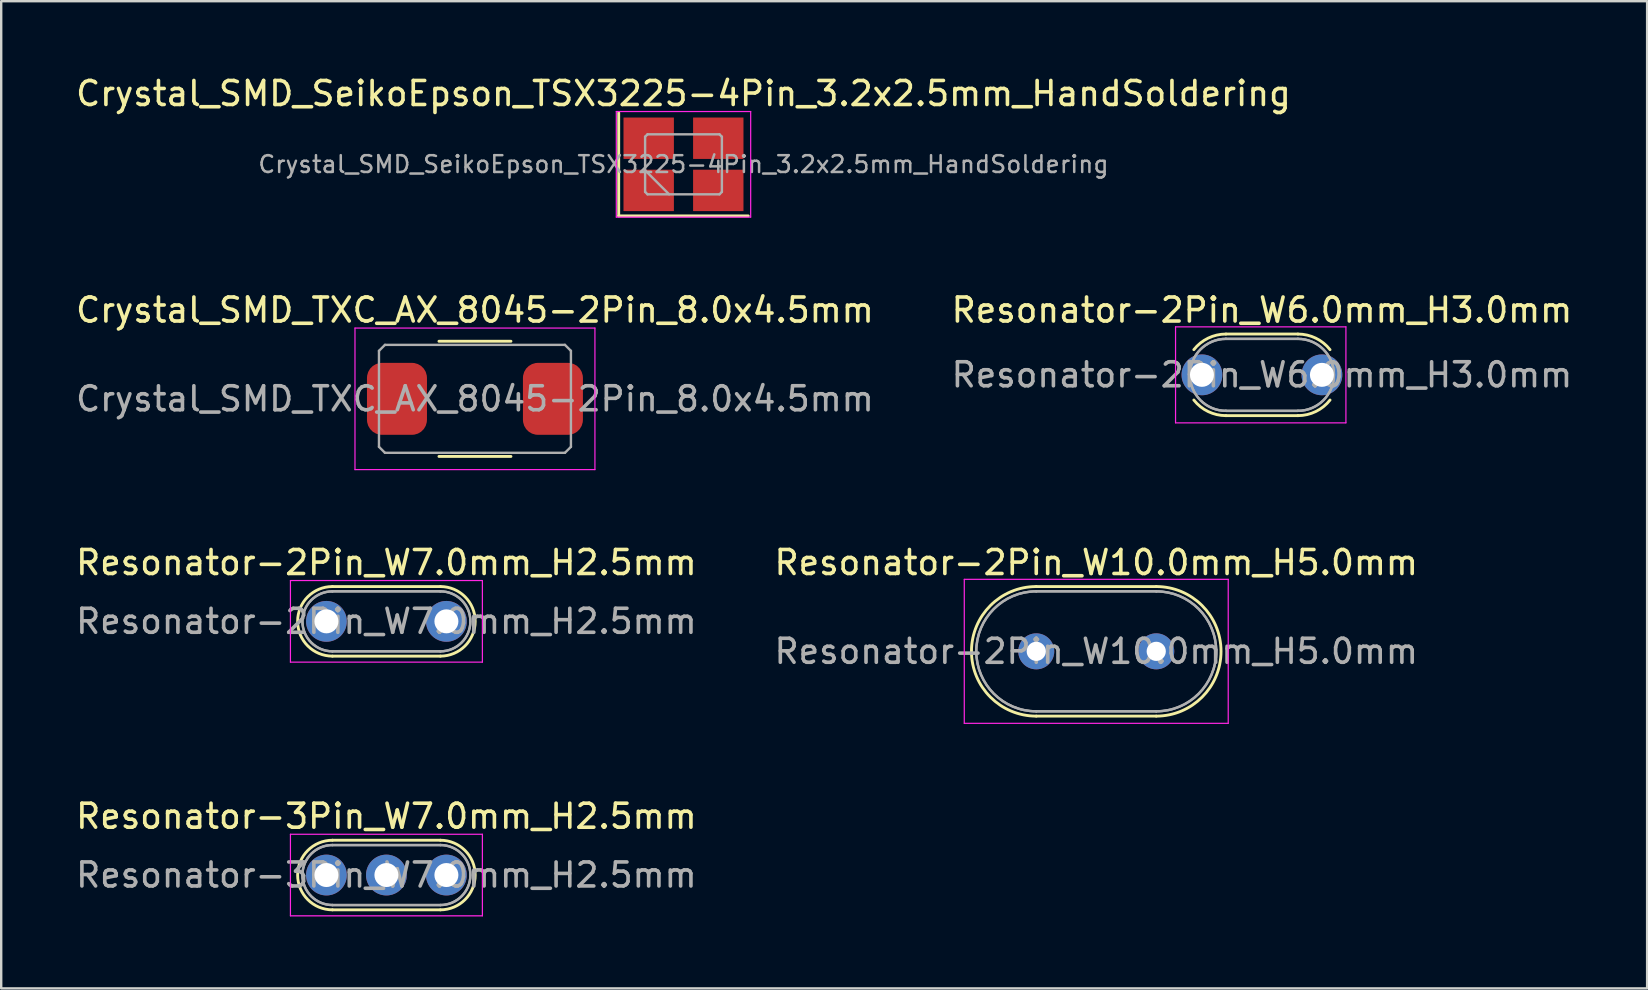
<source format=kicad_pcb>
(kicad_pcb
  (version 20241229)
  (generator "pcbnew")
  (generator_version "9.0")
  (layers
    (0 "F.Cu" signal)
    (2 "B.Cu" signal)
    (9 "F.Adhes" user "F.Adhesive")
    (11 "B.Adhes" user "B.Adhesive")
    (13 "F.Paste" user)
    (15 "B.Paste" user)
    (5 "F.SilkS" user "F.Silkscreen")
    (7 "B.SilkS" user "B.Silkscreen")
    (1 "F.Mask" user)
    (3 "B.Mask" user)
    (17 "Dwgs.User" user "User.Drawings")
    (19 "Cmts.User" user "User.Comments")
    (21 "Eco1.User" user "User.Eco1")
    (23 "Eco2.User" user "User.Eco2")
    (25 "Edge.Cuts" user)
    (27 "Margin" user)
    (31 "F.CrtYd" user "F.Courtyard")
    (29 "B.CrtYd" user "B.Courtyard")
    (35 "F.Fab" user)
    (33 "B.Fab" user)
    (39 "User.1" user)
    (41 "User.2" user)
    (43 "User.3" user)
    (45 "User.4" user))
  (footprint "Resonator-3Pin_W7.0mm_H2.5mm"
    (layer "F.Cu")
    (at 10.554 33.418)
    (property "Reference" "Resonator-3Pin_W7.0mm_H2.5mm" (at 2.5 -2.45 0) (layer "F.SilkS") (effects (font (size 1 1) (thickness 0.15))))
    (attr through_hole)
    (fp_line (start 0.25 -1.45) (end 4.75 -1.45) (stroke (width 0.12) (type solid)) (layer "F.SilkS"))
    (fp_line (start 0.25 1.45) (end 4.75 1.45) (stroke (width 0.12) (type solid)) (layer "F.SilkS"))
    (fp_arc (start 0.25 1.45) (mid -1.2 0) (end 0.25 -1.45) (stroke (width 0.12) (type solid)) (layer "F.SilkS"))
    (fp_arc (start 4.75 -1.45) (mid 6.2 0) (end 4.75 1.45) (stroke (width 0.12) (type solid)) (layer "F.SilkS"))
    (fp_line (start -1.5 -1.7) (end -1.5 1.7) (stroke (width 0.05) (type solid)) (layer "F.CrtYd"))
    (fp_line (start -1.5 1.7) (end 6.5 1.7) (stroke (width 0.05) (type solid)) (layer "F.CrtYd"))
    (fp_line (start 6.5 -1.7) (end -1.5 -1.7) (stroke (width 0.05) (type solid)) (layer "F.CrtYd"))
    (fp_line (start 6.5 1.7) (end 6.5 -1.7) (stroke (width 0.05) (type solid)) (layer "F.CrtYd"))
    (fp_line (start 0.25 -1.25) (end 4.75 -1.25) (stroke (width 0.1) (type solid)) (layer "F.Fab"))
    (fp_line (start 0.25 -1.25) (end 4.75 -1.25) (stroke (width 0.1) (type solid)) (layer "F.Fab"))
    (fp_line (start 0.25 1.25) (end 4.75 1.25) (stroke (width 0.1) (type solid)) (layer "F.Fab"))
    (fp_line (start 0.25 1.25) (end 4.75 1.25) (stroke (width 0.1) (type solid)) (layer "F.Fab"))
    (fp_arc (start 0.25 1.25) (mid -1 0) (end 0.25 -1.25) (stroke (width 0.1) (type solid)) (layer "F.Fab"))
    (fp_arc (start 0.25 1.25) (mid -1 0) (end 0.25 -1.25) (stroke (width 0.1) (type solid)) (layer "F.Fab"))
    (fp_arc (start 4.75 -1.25) (mid 6 0) (end 4.75 1.25) (stroke (width 0.1) (type solid)) (layer "F.Fab"))
    (fp_arc (start 4.75 -1.25) (mid 6 0) (end 4.75 1.25) (stroke (width 0.1) (type solid)) (layer "F.Fab"))
    (fp_text user "${REFERENCE}" (at 2.5 0 0) (layer "F.Fab") (effects (font (size 1 1) (thickness 0.15))))
    (pad "1" thru_hole circle (at 0 0) (size 1.7 1.7) (drill 1) (layers "*.Cu" "*.Mask"))
    (pad "2" thru_hole circle (at 2.5 0) (size 1.7 1.7) (drill 1) (layers "*.Cu" "*.Mask"))
    (pad "3" thru_hole circle (at 5 0) (size 1.7 1.7) (drill 1) (layers "*.Cu" "*.Mask")))
  (footprint "Crystal_SMD_TXC_AX_8045-2Pin_8.0x4.5mm"
    (layer "F.Cu")
    (at 16.744 13.572)
    (property "Reference" "Crystal_SMD_TXC_AX_8045-2Pin_8.0x4.5mm" (at 0 -3.7 0) (layer "F.SilkS") (effects (font (size 1 1) (thickness 0.15))))
    (attr smd)
    (fp_line (start -1.5 2.4) (end 1.5 2.4) (stroke (width 0.12) (type solid)) (layer "F.SilkS"))
    (fp_line (start 1.5 -2.4) (end -1.5 -2.4) (stroke (width 0.12) (type solid)) (layer "F.SilkS"))
    (fp_line (start -5 -2.95) (end -5 2.95) (stroke (width 0.05) (type solid)) (layer "F.CrtYd"))
    (fp_line (start -5 2.95) (end 5 2.95) (stroke (width 0.05) (type solid)) (layer "F.CrtYd"))
    (fp_line (start 5 -2.95) (end -5 -2.95) (stroke (width 0.05) (type solid)) (layer "F.CrtYd"))
    (fp_line (start 5 2.95) (end 5 -2.95) (stroke (width 0.05) (type solid)) (layer "F.CrtYd"))
    (fp_line (start -4 -2) (end -3.75 -2.25) (stroke (width 0.1) (type solid)) (layer "F.Fab"))
    (fp_line (start -4 2) (end -4 -2) (stroke (width 0.1) (type solid)) (layer "F.Fab"))
    (fp_line (start -3.75 -2.25) (end 3.75 -2.25) (stroke (width 0.1) (type solid)) (layer "F.Fab"))
    (fp_line (start -3.75 2.25) (end -4 2) (stroke (width 0.1) (type solid)) (layer "F.Fab"))
    (fp_line (start 3.75 -2.25) (end 4 -2) (stroke (width 0.1) (type solid)) (layer "F.Fab"))
    (fp_line (start 3.75 2.25) (end -3.75 2.25) (stroke (width 0.1) (type solid)) (layer "F.Fab"))
    (fp_line (start 3.75 2.25) (end 4 2) (stroke (width 0.1) (type solid)) (layer "F.Fab"))
    (fp_line (start 4 -2) (end 4 2) (stroke (width 0.1) (type solid)) (layer "F.Fab"))
    (fp_text user "${REFERENCE}" (at 0 0 0) (layer "F.Fab") (effects (font (size 1 1) (thickness 0.15))))
    (pad "1" smd roundrect (at -3.25 0) (size 2.5 3) (layers "F.Cu" "F.Mask" "F.Paste") (roundrect_rratio 0.25))
    (pad "2" smd roundrect (at 3.25 0) (size 2.5 3) (layers "F.Cu" "F.Mask" "F.Paste") (roundrect_rratio 0.25)))
  (footprint "Resonator-2Pin_W7.0mm_H2.5mm"
    (layer "F.Cu")
    (at 10.554 22.845)
    (property "Reference" "Resonator-2Pin_W7.0mm_H2.5mm" (at 2.5 -2.45 0) (layer "F.SilkS") (effects (font (size 1 1) (thickness 0.15))))
    (attr through_hole)
    (fp_line (start 0.25 -1.45) (end 4.75 -1.45) (stroke (width 0.12) (type solid)) (layer "F.SilkS"))
    (fp_line (start 0.25 1.45) (end 4.75 1.45) (stroke (width 0.12) (type solid)) (layer "F.SilkS"))
    (fp_arc (start 0.25 1.45) (mid -1.2 0) (end 0.25 -1.45) (stroke (width 0.12) (type solid)) (layer "F.SilkS"))
    (fp_arc (start 4.75 -1.45) (mid 6.2 0) (end 4.75 1.45) (stroke (width 0.12) (type solid)) (layer "F.SilkS"))
    (fp_line (start -1.5 -1.7) (end -1.5 1.7) (stroke (width 0.05) (type solid)) (layer "F.CrtYd"))
    (fp_line (start -1.5 1.7) (end 6.5 1.7) (stroke (width 0.05) (type solid)) (layer "F.CrtYd"))
    (fp_line (start 6.5 -1.7) (end -1.5 -1.7) (stroke (width 0.05) (type solid)) (layer "F.CrtYd"))
    (fp_line (start 6.5 1.7) (end 6.5 -1.7) (stroke (width 0.05) (type solid)) (layer "F.CrtYd"))
    (fp_line (start 0.25 -1.25) (end 4.75 -1.25) (stroke (width 0.1) (type solid)) (layer "F.Fab"))
    (fp_line (start 0.25 -1.25) (end 4.75 -1.25) (stroke (width 0.1) (type solid)) (layer "F.Fab"))
    (fp_line (start 0.25 1.25) (end 4.75 1.25) (stroke (width 0.1) (type solid)) (layer "F.Fab"))
    (fp_line (start 0.25 1.25) (end 4.75 1.25) (stroke (width 0.1) (type solid)) (layer "F.Fab"))
    (fp_arc (start 0.25 1.25) (mid -1 0) (end 0.25 -1.25) (stroke (width 0.1) (type solid)) (layer "F.Fab"))
    (fp_arc (start 0.25 1.25) (mid -1 0) (end 0.25 -1.25) (stroke (width 0.1) (type solid)) (layer "F.Fab"))
    (fp_arc (start 4.75 -1.25) (mid 6 0) (end 4.75 1.25) (stroke (width 0.1) (type solid)) (layer "F.Fab"))
    (fp_arc (start 4.75 -1.25) (mid 6 0) (end 4.75 1.25) (stroke (width 0.1) (type solid)) (layer "F.Fab"))
    (fp_text user "${REFERENCE}" (at 2.5 0 0) (layer "F.Fab") (effects (font (size 1 1) (thickness 0.15))))
    (pad "1" thru_hole circle (at 0 0) (size 1.7 1.7) (drill 1) (layers "*.Cu" "*.Mask"))
    (pad "2" thru_hole circle (at 5 0) (size 1.7 1.7) (drill 1) (layers "*.Cu" "*.Mask")))
  (footprint "Crystal_SMD_SeikoEpson_TSX3225-4Pin_3.2x2.5mm_HandSoldering"
    (layer "F.Cu")
    (at 25.435 3.798)
    (property "Reference" "Crystal_SMD_SeikoEpson_TSX3225-4Pin_3.2x2.5mm_HandSoldering" (at 0 -2.95 0) (layer "F.SilkS") (effects (font (size 1 1) (thickness 0.15))))
    (attr smd)
    (fp_line (start -2.7 -2.15) (end -2.7 2.15) (stroke (width 0.12) (type solid)) (layer "F.SilkS"))
    (fp_line (start -2.7 2.15) (end 2.7 2.15) (stroke (width 0.12) (type solid)) (layer "F.SilkS"))
    (fp_line (start -2.8 -2.2) (end -2.8 2.2) (stroke (width 0.05) (type solid)) (layer "F.CrtYd"))
    (fp_line (start -2.8 2.2) (end 2.8 2.2) (stroke (width 0.05) (type solid)) (layer "F.CrtYd"))
    (fp_line (start 2.8 -2.2) (end -2.8 -2.2) (stroke (width 0.05) (type solid)) (layer "F.CrtYd"))
    (fp_line (start 2.8 2.2) (end 2.8 -2.2) (stroke (width 0.05) (type solid)) (layer "F.CrtYd"))
    (fp_line (start -1.6 -1.15) (end -1.5 -1.25) (stroke (width 0.1) (type solid)) (layer "F.Fab"))
    (fp_line (start -1.6 0.25) (end -0.6 1.25) (stroke (width 0.1) (type solid)) (layer "F.Fab"))
    (fp_line (start -1.6 1.15) (end -1.6 -1.15) (stroke (width 0.1) (type solid)) (layer "F.Fab"))
    (fp_line (start -1.5 -1.25) (end 1.5 -1.25) (stroke (width 0.1) (type solid)) (layer "F.Fab"))
    (fp_line (start -1.5 1.25) (end -1.6 1.15) (stroke (width 0.1) (type solid)) (layer "F.Fab"))
    (fp_line (start 1.5 -1.25) (end 1.6 -1.15) (stroke (width 0.1) (type solid)) (layer "F.Fab"))
    (fp_line (start 1.5 1.25) (end -1.5 1.25) (stroke (width 0.1) (type solid)) (layer "F.Fab"))
    (fp_line (start 1.6 -1.15) (end 1.6 1.15) (stroke (width 0.1) (type solid)) (layer "F.Fab"))
    (fp_line (start 1.6 1.15) (end 1.5 1.25) (stroke (width 0.1) (type solid)) (layer "F.Fab"))
    (fp_text user "${REFERENCE}" (at 0 0 0) (layer "F.Fab") (effects (font (size 0.7 0.7) (thickness 0.105))))
    (pad "1" smd rect (at -1.45 1.087) (size 2.1 1.725) (layers "F.Cu" "F.Mask" "F.Paste"))
    (pad "2" smd rect (at 1.45 1.087) (size 2.1 1.725) (layers "F.Cu" "F.Mask" "F.Paste"))
    (pad "3" smd rect (at 1.45 -1.087) (size 2.1 1.725) (layers "F.Cu" "F.Mask" "F.Paste"))
    (pad "4" smd rect (at -1.45 -1.087) (size 2.1 1.725) (layers "F.Cu" "F.Mask" "F.Paste")))
  (footprint "Resonator-2Pin_W10.0mm_H5.0mm"
    (layer "F.Cu")
    (at 40.137 24.095)
    (property "Reference" "Resonator-2Pin_W10.0mm_H5.0mm" (at 2.5 -3.7 0) (layer "F.SilkS") (effects (font (size 1 1) (thickness 0.15))))
    (attr through_hole)
    (fp_line (start 0 -2.7) (end 5 -2.7) (stroke (width 0.12) (type solid)) (layer "F.SilkS"))
    (fp_line (start 0 2.7) (end 5 2.7) (stroke (width 0.12) (type solid)) (layer "F.SilkS"))
    (fp_arc (start 0 2.7) (mid -2.7 0) (end 0 -2.7) (stroke (width 0.12) (type solid)) (layer "F.SilkS"))
    (fp_arc (start 5 -2.7) (mid 7.7 0) (end 5 2.7) (stroke (width 0.12) (type solid)) (layer "F.SilkS"))
    (fp_line (start -3 -3) (end -3 3) (stroke (width 0.05) (type solid)) (layer "F.CrtYd"))
    (fp_line (start -3 3) (end 8 3) (stroke (width 0.05) (type solid)) (layer "F.CrtYd"))
    (fp_line (start 8 -3) (end -3 -3) (stroke (width 0.05) (type solid)) (layer "F.CrtYd"))
    (fp_line (start 8 3) (end 8 -3) (stroke (width 0.05) (type solid)) (layer "F.CrtYd"))
    (fp_line (start 0 -2.5) (end 5 -2.5) (stroke (width 0.1) (type solid)) (layer "F.Fab"))
    (fp_line (start 0 -2.5) (end 5 -2.5) (stroke (width 0.1) (type solid)) (layer "F.Fab"))
    (fp_line (start 0 2.5) (end 5 2.5) (stroke (width 0.1) (type solid)) (layer "F.Fab"))
    (fp_line (start 0 2.5) (end 5 2.5) (stroke (width 0.1) (type solid)) (layer "F.Fab"))
    (fp_arc (start 0 2.5) (mid -2.5 0) (end 0 -2.5) (stroke (width 0.1) (type solid)) (layer "F.Fab"))
    (fp_arc (start 0 2.5) (mid -2.5 0) (end 0 -2.5) (stroke (width 0.1) (type solid)) (layer "F.Fab"))
    (fp_arc (start 5 -2.5) (mid 7.5 0) (end 5 2.5) (stroke (width 0.1) (type solid)) (layer "F.Fab"))
    (fp_arc (start 5 -2.5) (mid 7.5 0) (end 5 2.5) (stroke (width 0.1) (type solid)) (layer "F.Fab"))
    (fp_text user "${REFERENCE}" (at 2.5 0 0) (layer "F.Fab") (effects (font (size 1 1) (thickness 0.15))))
    (pad "1" thru_hole circle (at 0 0) (size 1.5 1.5) (drill 0.8) (layers "*.Cu" "*.Mask"))
    (pad "2" thru_hole circle (at 5 0) (size 1.5 1.5) (drill 0.8) (layers "*.Cu" "*.Mask")))
  (footprint "Resonator-2Pin_W6.0mm_H3.0mm"
    (layer "F.Cu")
    (at 47.042 12.572)
    (property "Reference" "Resonator-2Pin_W6.0mm_H3.0mm" (at 2.5 -2.7 0) (layer "F.SilkS") (effects (font (size 1 1) (thickness 0.15))))
    (attr through_hole)
    (fp_line (start 1 -1.7) (end 4 -1.7) (stroke (width 0.12) (type solid)) (layer "F.SilkS"))
    (fp_line (start 1 1.7) (end 4 1.7) (stroke (width 0.12) (type solid)) (layer "F.SilkS"))
    (fp_arc (start -0.33779 -1.048961) (mid 0.256102 -1.5286) (end 1 -1.7) (stroke (width 0.12) (type solid)) (layer "F.SilkS"))
    (fp_arc (start 1 1.7) (mid 0.256103 1.5286) (end -0.33779 1.048961) (stroke (width 0.12) (type solid)) (layer "F.SilkS"))
    (fp_arc (start 4 -1.7) (mid 4.743897 -1.5286) (end 5.33779 -1.048961) (stroke (width 0.12) (type solid)) (layer "F.SilkS"))
    (fp_arc (start 5.33779 1.048961) (mid 4.743898 1.5286) (end 4 1.7) (stroke (width 0.12) (type solid)) (layer "F.SilkS"))
    (fp_line (start -1.1 -2) (end -1.1 2) (stroke (width 0.05) (type solid)) (layer "F.CrtYd"))
    (fp_line (start -1.1 2) (end 6 2) (stroke (width 0.05) (type solid)) (layer "F.CrtYd"))
    (fp_line (start 6 -2) (end -1.1 -2) (stroke (width 0.05) (type solid)) (layer "F.CrtYd"))
    (fp_line (start 6 2) (end 6 -2) (stroke (width 0.05) (type solid)) (layer "F.CrtYd"))
    (fp_line (start 1 -1.5) (end 4 -1.5) (stroke (width 0.1) (type solid)) (layer "F.Fab"))
    (fp_line (start 1 -1.5) (end 4 -1.5) (stroke (width 0.1) (type solid)) (layer "F.Fab"))
    (fp_line (start 1 1.5) (end 4 1.5) (stroke (width 0.1) (type solid)) (layer "F.Fab"))
    (fp_line (start 1 1.5) (end 4 1.5) (stroke (width 0.1) (type solid)) (layer "F.Fab"))
    (fp_arc (start 1 1.5) (mid -0.5 0) (end 1 -1.5) (stroke (width 0.1) (type solid)) (layer "F.Fab"))
    (fp_arc (start 1 1.5) (mid -0.5 0) (end 1 -1.5) (stroke (width 0.1) (type solid)) (layer "F.Fab"))
    (fp_arc (start 4 -1.5) (mid 5.5 0) (end 4 1.5) (stroke (width 0.1) (type solid)) (layer "F.Fab"))
    (fp_arc (start 4 -1.5) (mid 5.5 0) (end 4 1.5) (stroke (width 0.1) (type solid)) (layer "F.Fab"))
    (fp_text user "${REFERENCE}" (at 2.5 0 0) (layer "F.Fab") (effects (font (size 1 1) (thickness 0.15))))
    (pad "1" thru_hole circle (at 0 0) (size 1.7 1.7) (drill 1) (layers "*.Cu" "*.Mask"))
    (pad "2" thru_hole circle (at 5 0) (size 1.7 1.7) (drill 1) (layers "*.Cu" "*.Mask")))
  (gr_rect
    (start -3 -3)
    (end 65.595 38.143)
    (stroke (width 0.1) (type default))
    (fill no)
    (layer "Edge.Cuts")))
</source>
